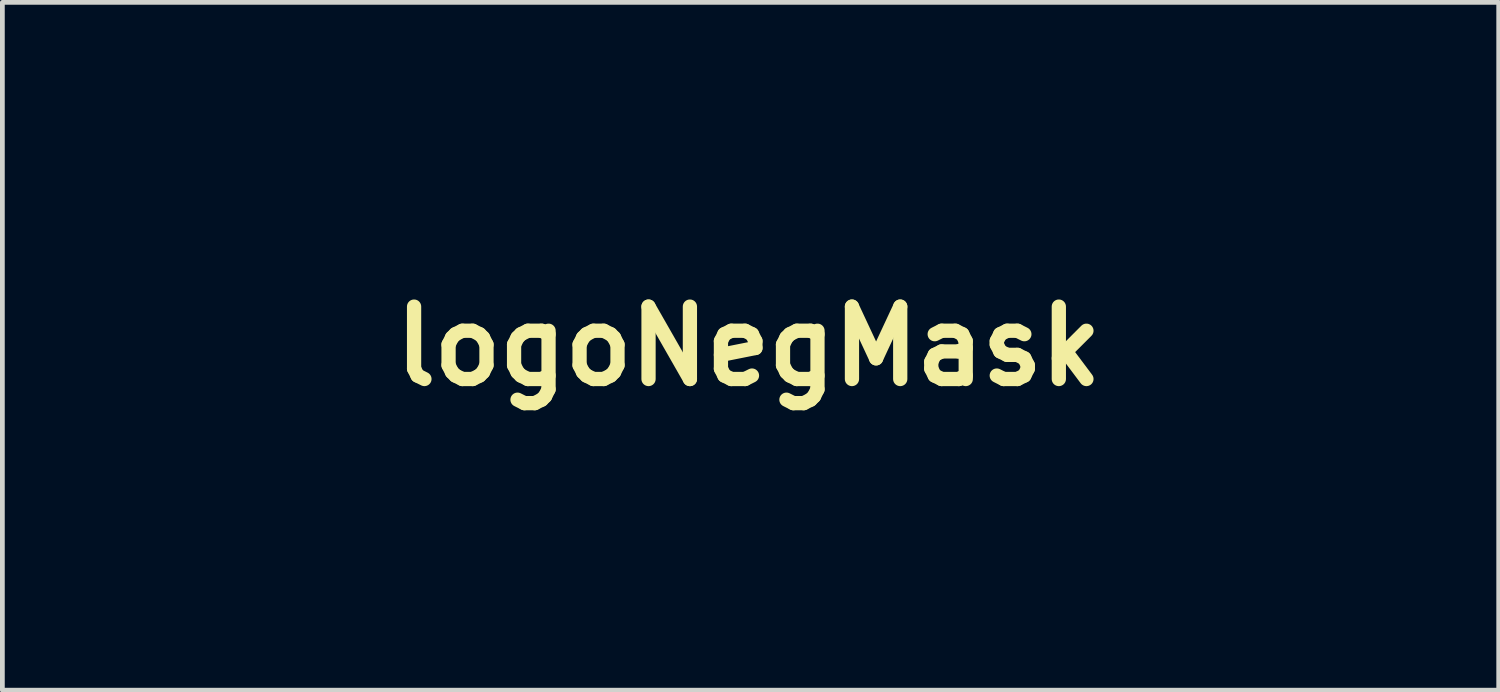
<source format=kicad_pcb>
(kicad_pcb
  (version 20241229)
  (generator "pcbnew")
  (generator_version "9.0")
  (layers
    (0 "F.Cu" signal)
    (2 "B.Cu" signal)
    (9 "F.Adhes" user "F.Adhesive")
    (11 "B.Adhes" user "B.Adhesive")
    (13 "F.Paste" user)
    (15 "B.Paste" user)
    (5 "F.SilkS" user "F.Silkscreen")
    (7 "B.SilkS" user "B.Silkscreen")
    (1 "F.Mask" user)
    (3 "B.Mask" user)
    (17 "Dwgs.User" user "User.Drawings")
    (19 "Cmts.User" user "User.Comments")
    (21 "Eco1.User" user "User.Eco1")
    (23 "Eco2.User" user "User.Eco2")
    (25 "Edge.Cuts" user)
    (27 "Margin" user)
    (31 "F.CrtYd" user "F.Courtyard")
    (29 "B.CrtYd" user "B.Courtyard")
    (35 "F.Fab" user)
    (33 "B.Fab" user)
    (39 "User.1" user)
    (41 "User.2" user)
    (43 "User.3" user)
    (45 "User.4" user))
  (footprint "logoNegMask"
    (layer "F.Cu")
    (at 12.705 4.238)
    (property "Reference" "logoNegMask" (at 0 0 0) (layer "F.SilkS") (effects (font (size 1.524 1.524) (thickness 0.3))))
    (attr through_hole)
    (fp_poly (pts (xy 11.306 -1.256) (xy 11.447 -1.199) (xy 11.502 -1.075) (xy 11.483 -0.858) (xy 11.406 -0.522) (xy 11.309 -0.143) (xy 11.172 0.353) (xy 11.032 0.784) (xy 10.898 1.125) (xy 10.781 1.352) (xy 10.689 1.439) (xy 10.685 1.439) (xy 10.621 1.366) (xy 10.516 1.171) (xy 10.391 0.89) (xy 10.345 0.774) (xy 10.117 0.147) (xy 9.976 -0.371) (xy 9.913 -0.813) (xy 9.908 -0.953) (xy 9.906 -1.27) (xy 10.71 -1.27) (xy 11.065 -1.271) (xy 11.306 -1.256)) (stroke (width 0.01) (type solid)) (fill yes) (layer "F.Mask"))
    (fp_poly (pts (xy 12.722 -4.218) (xy 12.752 -4.209) (xy 12.759 -4.12) (xy 12.764 -3.879) (xy 12.768 -3.504) (xy 12.77 -3.012) (xy 12.771 -2.422) (xy 12.77 -1.749) (xy 12.767 -1.013) (xy 12.764 -0.563) (xy 12.742 3.049) (xy 12.319 2.827) (xy 12.097 2.699) (xy 11.828 2.528) (xy 11.548 2.34) (xy 11.294 2.159) (xy 11.102 2.012) (xy 11.01 1.923) (xy 11.007 1.914) (xy 11.039 1.83) (xy 11.127 1.63) (xy 11.252 1.353) (xy 11.294 1.261) (xy 11.448 0.889) (xy 11.616 0.43) (xy 11.768 -0.036) (xy 11.819 -0.212) (xy 11.95 -0.631) (xy 12.077 -0.955) (xy 12.188 -1.156) (xy 12.22 -1.191) (xy 12.308 -1.275) (xy 12.31 -1.351) (xy 12.208 -1.458) (xy 12.043 -1.593) (xy 11.703 -1.862) (xy 11.565 -1.651) (xy 11.503 -1.566) (xy 11.43 -1.507) (xy 11.314 -1.47) (xy 11.127 -1.45) (xy 10.838 -1.441) (xy 10.417 -1.439) (xy 10.282 -1.439) (xy 9.138 -1.439) (xy 9.162 -2.307) (xy 9.186 -3.175) (xy 10.16 -3.322) (xy 10.626 -3.389) (xy 11.105 -3.454) (xy 11.53 -3.508) (xy 11.751 -3.533) (xy 12.369 -3.598) (xy 12.149 -3.895) (xy 11.93 -4.191) (xy 12.324 -4.217) (xy 12.564 -4.226) (xy 12.722 -4.218)) (stroke (width 0.01) (type solid)) (fill yes) (layer "F.Mask"))
    (fp_poly (pts (xy -5.896 -3.916) (xy -5.883 -3.75) (xy -5.872 -3.443) (xy -5.862 -3.017) (xy -5.855 -2.496) (xy -5.85 -1.904) (xy -5.846 -1.263) (xy -5.845 -0.596) (xy -5.846 0.073) (xy -5.849 0.721) (xy -5.854 1.325) (xy -5.86 1.861) (xy -5.869 2.307) (xy -5.88 2.639) (xy -5.893 2.834) (xy -5.898 2.868) (xy -5.935 2.972) (xy -6.003 3.028) (xy -6.142 3.045) (xy -6.391 3.032) (xy -6.553 3.019) (xy -7.154 2.968) (xy -6.83 3.141) (xy -6.587 3.311) (xy -6.394 3.515) (xy -6.364 3.561) (xy -6.237 3.745) (xy -6.111 3.794) (xy -5.94 3.713) (xy -5.813 3.616) (xy -5.598 3.35) (xy -5.499 3.045) (xy -5.482 2.876) (xy -5.467 2.559) (xy -5.453 2.115) (xy -5.441 1.566) (xy -5.432 0.932) (xy -5.425 0.236) (xy -5.422 -0.501) (xy -5.422 -0.562) (xy -5.422 -1.042) (xy -3.928 -1.042) (xy -3.904 -0.985) (xy -3.795 -0.922) (xy -3.585 -0.898) (xy -3.243 -0.91) (xy -3.216 -0.912) (xy -2.625 -0.954) (xy -2.625 0.816) (xy -2.626 1.427) (xy -2.633 1.891) (xy -2.646 2.232) (xy -2.666 2.472) (xy -2.696 2.635) (xy -2.738 2.743) (xy -2.761 2.782) (xy -2.84 2.916) (xy -2.829 3.023) (xy -2.716 3.166) (xy -2.661 3.224) (xy -2.508 3.379) (xy -2.415 3.465) (xy -2.405 3.471) (xy -2.35 3.409) (xy -2.226 3.247) (xy -2.095 3.069) (xy -1.903 2.823) (xy -1.737 2.625) (xy -1.41 2.625) (xy -1.386 2.689) (xy -1.299 2.851) (xy -1.256 2.926) (xy -1.125 3.103) (xy -1.012 3.186) (xy -0.984 3.185) (xy -0.871 3.138) (xy -0.637 3.043) (xy -0.315 2.912) (xy 0.042 2.769) (xy 0.478 2.594) (xy 0.92 2.417) (xy 1.309 2.261) (xy 1.524 2.175) (xy 1.804 2.057) (xy 1.931 1.987) (xy 1.903 1.963) (xy 1.718 1.985) (xy 1.374 2.054) (xy 1.126 2.109) (xy 0.804 2.175) (xy 0.549 2.216) (xy 0.403 2.225) (xy 0.385 2.219) (xy 0.369 2.123) (xy 0.355 1.888) (xy 0.345 1.545) (xy 0.339 1.126) (xy 0.339 0.917) (xy 0.339 -0.339) (xy 0.974 -0.339) (xy 1.277 -0.347) (xy 1.502 -0.369) (xy 1.606 -0.4) (xy 1.609 -0.407) (xy 1.553 -0.501) (xy 1.411 -0.663) (xy 1.321 -0.754) (xy 1.033 -1.032) (xy 0.839 -0.77) (xy 0.645 -0.508) (xy -0.372 -0.508) (xy -0.807 -0.505) (xy -1.093 -0.493) (xy -1.251 -0.471) (xy -1.302 -0.436) (xy -1.283 -0.403) (xy -1.118 -0.339) (xy -0.801 -0.321) (xy -0.632 -0.326) (xy -0.085 -0.354) (xy -0.085 1.003) (xy -0.086 1.514) (xy -0.093 1.881) (xy -0.107 2.128) (xy -0.132 2.28) (xy -0.169 2.362) (xy -0.222 2.399) (xy -0.233 2.403) (xy -0.367 2.434) (xy -0.602 2.481) (xy -0.879 2.534) (xy -1.144 2.583) (xy -1.341 2.616) (xy -1.41 2.625) (xy -1.737 2.625) (xy -1.639 2.508) (xy -1.349 2.179) (xy -1.233 2.053) (xy -0.999 1.796) (xy -0.826 1.592) (xy -0.735 1.466) (xy -0.729 1.439) (xy -0.822 1.488) (xy -1.014 1.619) (xy -1.274 1.811) (xy -1.447 1.943) (xy -1.729 2.153) (xy -1.96 2.308) (xy -2.111 2.39) (xy -2.149 2.395) (xy -2.166 2.297) (xy -2.18 2.058) (xy -2.192 1.706) (xy -2.199 1.268) (xy -2.201 0.817) (xy -2.2 0.27) (xy -2.195 -0.133) (xy -2.183 -0.419) (xy -2.161 -0.613) (xy -2.128 -0.742) (xy -2.079 -0.832) (xy -2.026 -0.896) (xy -1.85 -1.083) (xy -2.156 -1.316) (xy -2.346 -1.454) (xy -2.455 -1.496) (xy -2.532 -1.45) (xy -2.583 -1.388) (xy -2.679 -1.238) (xy -2.707 -1.164) (xy -2.786 -1.134) (xy -2.993 -1.112) (xy -3.287 -1.101) (xy -3.355 -1.101) (xy -3.68 -1.096) (xy -3.863 -1.078) (xy -3.928 -1.042) (xy -5.422 -1.042) (xy -5.421 -1.39) (xy -5.418 -2.063) (xy -5.414 -2.6) (xy -5.407 -3.015) (xy -5.396 -3.325) (xy -5.381 -3.545) (xy -5.361 -3.692) (xy -5.336 -3.781) (xy -5.304 -3.829) (xy -5.271 -3.85) (xy -5.199 -3.9) (xy -5.232 -3.943) (xy -3.028 -3.943) (xy -2.998 -3.865) (xy -2.889 -3.695) (xy -2.769 -3.53) (xy -2.595 -3.277) (xy -2.465 -3.042) (xy -2.424 -2.933) (xy -2.316 -2.568) (xy -2.213 -2.361) (xy -2.103 -2.301) (xy -1.978 -2.379) (xy -1.944 -2.418) (xy -1.847 -2.65) (xy -1.857 -2.934) (xy -1.966 -3.19) (xy -1.997 -3.227) (xy -2.14 -3.36) (xy -2.35 -3.526) (xy -2.585 -3.695) (xy -2.804 -3.839) (xy -2.966 -3.929) (xy -3.028 -3.943) (xy -5.232 -3.943) (xy -5.251 -3.968) (xy -5.419 -4.067) (xy -5.487 -4.105) (xy -5.526 -4.137) (xy -5.524 -4.163) (xy -5.465 -4.183) (xy -5.336 -4.198) (xy -5.125 -4.21) (xy -4.816 -4.218) (xy -4.397 -4.223) (xy -3.853 -4.227) (xy -3.172 -4.228) (xy -2.339 -4.23) (xy -2.053 -4.23) (xy 1.609 -4.233) (xy 1.609 -3.704) (xy 1.619 -3.326) (xy 1.644 -2.932) (xy 1.664 -2.731) (xy 1.717 -2.286) (xy 0.057 -2.286) (xy -0.527 -2.284) (xy -0.961 -2.277) (xy -1.262 -2.264) (xy -1.45 -2.244) (xy -1.544 -2.215) (xy -1.561 -2.176) (xy -1.56 -2.174) (xy -1.513 -2.134) (xy -1.391 -2.107) (xy -1.177 -2.091) (xy -0.849 -2.086) (xy -0.388 -2.09) (xy 0.088 -2.1) (xy 1.693 -2.139) (xy 1.695 -1.895) (xy 1.73 -1.056) (xy 1.818 -0.207) (xy 1.952 0.615) (xy 2.125 1.376) (xy 2.33 2.04) (xy 2.555 2.561) (xy 2.801 2.965) (xy 3.088 3.336) (xy 3.388 3.646) (xy 3.673 3.868) (xy 3.915 3.974) (xy 3.969 3.979) (xy 4.224 3.979) (xy 4.094 3.54) (xy 4.015 3.083) (xy 4.019 2.514) (xy 4.107 1.815) (xy 4.113 1.778) (xy 4.104 1.758) (xy 4.05 1.876) (xy 3.96 2.108) (xy 3.888 2.307) (xy 3.767 2.63) (xy 3.659 2.881) (xy 3.581 3.026) (xy 3.556 3.048) (xy 3.455 2.981) (xy 3.299 2.807) (xy 3.116 2.564) (xy 2.937 2.291) (xy 2.807 2.059) (xy 2.624 1.607) (xy 2.458 1.026) (xy 2.317 0.355) (xy 2.209 -0.365) (xy 2.14 -1.095) (xy 2.117 -1.757) (xy 2.117 -2.117) (xy 3.217 -2.117) (xy 3.627 -2.122) (xy 3.967 -2.135) (xy 4.207 -2.155) (xy 4.315 -2.18) (xy 4.318 -2.185) (xy 4.262 -2.28) (xy 4.121 -2.441) (xy 4.042 -2.521) (xy 3.765 -2.788) (xy 3.597 -2.537) (xy 3.503 -2.411) (xy 3.402 -2.336) (xy 3.248 -2.299) (xy 2.998 -2.287) (xy 2.773 -2.286) (xy 2.117 -2.286) (xy 2.117 -3.093) (xy 2.122 -3.487) (xy 2.142 -3.742) (xy 2.165 -3.828) (xy 2.7 -3.828) (xy 2.802 -3.667) (xy 2.832 -3.631) (xy 3.015 -3.388) (xy 3.169 -3.143) (xy 3.183 -3.117) (xy 3.316 -2.937) (xy 3.429 -2.92) (xy 3.5 -3.059) (xy 3.514 -3.222) (xy 3.491 -3.416) (xy 3.396 -3.554) (xy 3.187 -3.693) (xy 3.175 -3.7) (xy 2.89 -3.845) (xy 2.73 -3.887) (xy 2.7 -3.828) (xy 2.165 -3.828) (xy 2.18 -3.885) (xy 2.24 -3.947) (xy 2.244 -3.949) (xy 2.361 -4.04) (xy 2.319 -4.134) (xy 2.223 -4.175) (xy 2.263 -4.186) (xy 2.453 -4.196) (xy 2.771 -4.205) (xy 3.199 -4.213) (xy 3.715 -4.22) (xy 4.297 -4.224) (xy 6.519 -4.233) (xy 6.519 -2.177) (xy 5.8 -2.222) (xy 5.416 -2.239) (xy 5.186 -2.228) (xy 5.094 -2.185) (xy 5.125 -2.106) (xy 5.189 -2.047) (xy 5.374 -1.999) (xy 5.633 -2.035) (xy 5.988 -2.104) (xy 6.208 -2.109) (xy 6.32 -2.047) (xy 6.349 -1.926) (xy 6.316 -1.723) (xy 6.228 -1.4) (xy 6.096 -0.99) (xy 5.934 -0.529) (xy 5.753 -0.051) (xy 5.567 0.411) (xy 5.386 0.82) (xy 5.297 1.005) (xy 5.14 1.326) (xy 5.021 1.581) (xy 4.955 1.741) (xy 4.948 1.778) (xy 5.027 1.71) (xy 5.17 1.525) (xy 5.357 1.254) (xy 5.568 0.928) (xy 5.783 0.578) (xy 5.982 0.234) (xy 6.107 0) (xy 6.477 -0.72) (xy 6.5 1.545) (xy 6.507 2.242) (xy 6.517 2.787) (xy 6.53 3.196) (xy 6.551 3.485) (xy 6.581 3.672) (xy 6.624 3.773) (xy 6.682 3.805) (xy 6.758 3.785) (xy 6.852 3.731) (xy 6.89 3.683) (xy 6.918 3.58) (xy 6.938 3.403) (xy 6.951 3.135) (xy 6.957 2.757) (xy 6.957 2.249) (xy 6.953 1.595) (xy 6.951 1.446) (xy 6.947 0.745) (xy 6.95 0.165) (xy 6.96 -0.285) (xy 6.976 -0.592) (xy 6.999 -0.746) (xy 7.01 -0.762) (xy 7.119 -0.694) (xy 7.273 -0.52) (xy 7.443 -0.282) (xy 7.595 -0.025) (xy 7.668 0.127) (xy 7.789 0.351) (xy 7.901 0.409) (xy 8.012 0.302) (xy 8.06 0.209) (xy 8.086 -0.038) (xy 7.944 -0.292) (xy 7.632 -0.553) (xy 7.377 -0.706) (xy 6.935 -0.946) (xy 6.96 -1.51) (xy 6.985 -2.074) (xy 7.635 -2.117) (xy 8.285 -2.159) (xy 8.045 -2.426) (xy 7.806 -2.694) (xy 7.567 -2.444) (xy 7.356 -2.276) (xy 7.17 -2.218) (xy 7.156 -2.219) (xy 7.074 -2.246) (xy 7.021 -2.321) (xy 6.989 -2.477) (xy 6.97 -2.747) (xy 6.96 -2.997) (xy 6.953 -3.367) (xy 6.964 -3.611) (xy 7 -3.771) (xy 7.068 -3.887) (xy 7.115 -3.94) (xy 7.225 -4.085) (xy 7.207 -4.162) (xy 7.182 -4.175) (xy 7.233 -4.187) (xy 7.434 -4.198) (xy 7.765 -4.208) (xy 8.205 -4.216) (xy 8.735 -4.222) (xy 9.334 -4.226) (xy 9.48 -4.227) (xy 10.233 -4.228) (xy 10.825 -4.224) (xy 11.262 -4.213) (xy 11.552 -4.192) (xy 11.703 -4.158) (xy 11.723 -4.107) (xy 11.619 -4.037) (xy 11.398 -3.945) (xy 11.068 -3.827) (xy 10.768 -3.726) (xy 10.222 -3.553) (xy 9.804 -3.448) (xy 9.486 -3.407) (xy 9.242 -3.429) (xy 9.045 -3.509) (xy 8.99 -3.545) (xy 8.811 -3.664) (xy 8.696 -3.724) (xy 8.686 -3.725) (xy 8.672 -3.645) (xy 8.659 -3.419) (xy 8.648 -3.071) (xy 8.641 -2.626) (xy 8.637 -2.107) (xy 8.636 -1.826) (xy 8.629 -0.929) (xy 8.607 -0.177) (xy 8.565 0.453) (xy 8.498 0.986) (xy 8.403 1.445) (xy 8.276 1.853) (xy 8.112 2.235) (xy 7.908 2.615) (xy 7.849 2.714) (xy 7.672 3.006) (xy 7.507 3.28) (xy 7.417 3.429) (xy 7.388 3.504) (xy 7.463 3.457) (xy 7.634 3.292) (xy 7.728 3.194) (xy 8.237 2.567) (xy 8.612 1.891) (xy 8.864 1.139) (xy 9.002 0.285) (xy 9.026 -0.042) (xy 9.052 -0.524) (xy 9.079 -0.86) (xy 9.114 -1.078) (xy 9.165 -1.2) (xy 9.241 -1.253) (xy 9.348 -1.26) (xy 9.42 -1.254) (xy 9.69 -1.228) (xy 9.802 -0.384) (xy 9.876 0.064) (xy 9.976 0.53) (xy 10.085 0.935) (xy 10.125 1.055) (xy 10.235 1.368) (xy 10.328 1.634) (xy 10.384 1.799) (xy 10.386 1.806) (xy 10.355 1.963) (xy 10.196 2.178) (xy 9.934 2.432) (xy 9.59 2.704) (xy 9.19 2.976) (xy 8.754 3.227) (xy 8.669 3.271) (xy 8.347 3.438) (xy 8.093 3.576) (xy 7.937 3.669) (xy 7.904 3.699) (xy 8 3.692) (xy 8.212 3.629) (xy 8.5 3.525) (xy 8.827 3.394) (xy 9.152 3.252) (xy 9.363 3.15) (xy 9.711 2.957) (xy 10.071 2.731) (xy 10.283 2.581) (xy 10.688 2.272) (xy 10.996 2.564) (xy 11.225 2.769) (xy 11.523 3.019) (xy 11.806 3.244) (xy 12.063 3.439) (xy 12.223 3.542) (xy 12.319 3.564) (xy 12.386 3.518) (xy 12.425 3.467) (xy 12.576 3.308) (xy 12.69 3.311) (xy 12.761 3.472) (xy 12.785 3.768) (xy 12.785 4.233) (xy -12.7 4.233) (xy -12.7 3.783) (xy -11.279 3.783) (xy -11.184 3.751) (xy -11.004 3.658) (xy -10.76 3.512) (xy -10.618 3.42) (xy -10.145 3.056) (xy -9.763 2.641) (xy -9.465 2.158) (xy -9.366 1.904) (xy -9.059 1.904) (xy -9.002 1.98) (xy -8.853 2.13) (xy -8.711 2.263) (xy -8.465 2.525) (xy -8.221 2.848) (xy -8.109 3.027) (xy -7.958 3.275) (xy -7.853 3.392) (xy -7.769 3.4) (xy -7.738 3.379) (xy -7.655 3.23) (xy -7.62 3.01) (xy -7.62 3.01) (xy -7.697 2.709) (xy -7.811 2.564) (xy -7.953 2.459) (xy -8.173 2.324) (xy -8.431 2.179) (xy -8.687 2.045) (xy -8.902 1.945) (xy -9.035 1.898) (xy -9.059 1.904) (xy -9.366 1.904) (xy -9.244 1.589) (xy -9.093 0.914) (xy -9.006 0.116) (xy -8.975 -0.824) (xy -8.975 -0.932) (xy -8.971 -1.418) (xy -8.959 -1.761) (xy -8.936 -1.988) (xy -8.899 -2.127) (xy -8.845 -2.203) (xy -8.843 -2.205) (xy -8.774 -2.287) (xy -8.826 -2.354) (xy -8.98 -2.427) (xy -9.176 -2.503) (xy -9.296 -2.539) (xy -9.302 -2.54) (xy -9.319 -2.459) (xy -9.335 -2.236) (xy -9.35 -1.894) (xy -9.361 -1.461) (xy -9.368 -0.961) (xy -9.369 -0.91) (xy -9.386 -0.042) (xy -9.431 0.682) (xy -9.511 1.286) (xy -9.638 1.794) (xy -9.819 2.23) (xy -10.064 2.619) (xy -10.384 2.984) (xy -10.786 3.35) (xy -11.134 3.628) (xy -11.269 3.744) (xy -11.279 3.783) (xy -12.7 3.783) (xy -12.7 1.279) (xy -12.44 1.369) (xy -12.24 1.474) (xy -12.114 1.638) (xy -12.056 1.889) (xy -12.059 2.254) (xy -12.101 2.657) (xy -12.145 3.024) (xy -12.16 3.263) (xy -12.144 3.414) (xy -12.096 3.517) (xy -12.055 3.567) (xy -11.865 3.703) (xy -11.692 3.701) (xy -11.578 3.566) (xy -11.571 3.541) (xy -11.559 3.371) (xy -11.571 3.089) (xy -11.604 2.75) (xy -11.614 2.675) (xy -11.665 2.152) (xy -11.671 1.641) (xy -11.655 1.45) (xy -10.479 1.45) (xy -10.4 1.519) (xy -10.206 1.479) (xy -10.131 1.451) (xy -10.087 1.425) (xy -10.052 1.373) (xy -10.025 1.276) (xy -10.006 1.118) (xy -9.994 0.878) (xy -9.987 0.539) (xy -9.984 0.082) (xy -9.985 -0.512) (xy -9.987 -1.083) (xy -9.998 -3.556) (xy -8.297 -3.556) (xy -8.297 1.205) (xy -8.107 1.154) (xy -7.941 1.114) (xy -7.874 1.102) (xy -7.864 1.021) (xy -7.856 0.792) (xy -7.852 0.438) (xy -7.851 -0.019) (xy -7.853 -0.558) (xy -7.855 -0.689) (xy -7.07 -0.689) (xy -7.07 1.67) (xy -6.632 1.517) (xy -6.672 -0.471) (xy -6.684 -1.111) (xy -6.689 -1.603) (xy -6.687 -1.969) (xy -6.677 -2.23) (xy -6.658 -2.407) (xy -6.628 -2.521) (xy -6.588 -2.595) (xy -6.574 -2.611) (xy -6.498 -2.715) (xy -6.525 -2.79) (xy -6.68 -2.879) (xy -6.735 -2.906) (xy -6.929 -2.996) (xy -7.042 -3.045) (xy -7.051 -3.048) (xy -7.056 -2.967) (xy -7.06 -2.738) (xy -7.064 -2.383) (xy -7.067 -1.922) (xy -7.069 -1.379) (xy -7.07 -0.773) (xy -7.07 -0.689) (xy -7.855 -0.689) (xy -7.859 -1.15) (xy -7.867 -1.831) (xy -7.87 -2.362) (xy -7.868 -2.763) (xy -7.859 -3.054) (xy -7.844 -3.254) (xy -7.82 -3.383) (xy -7.787 -3.46) (xy -7.744 -3.505) (xy -7.743 -3.506) (xy -7.66 -3.587) (xy -7.686 -3.668) (xy -7.832 -3.795) (xy -8.029 -3.936) (xy -8.154 -3.967) (xy -8.259 -3.896) (xy -8.297 -3.852) (xy -8.441 -3.783) (xy -8.705 -3.739) (xy -9.044 -3.72) (xy -9.411 -3.725) (xy -9.759 -3.755) (xy -10.043 -3.809) (xy -10.164 -3.855) (xy -10.414 -3.984) (xy -10.414 -1.494) (xy -10.416 -0.849) (xy -10.421 -0.247) (xy -10.429 0.287) (xy -10.439 0.728) (xy -10.45 1.054) (xy -10.464 1.239) (xy -10.467 1.259) (xy -10.479 1.45) (xy -11.655 1.45) (xy -11.627 1.107) (xy -11.53 0.516) (xy -11.374 -0.166) (xy -11.182 -0.883) (xy -11.049 -1.362) (xy -10.936 -1.782) (xy -10.85 -2.118) (xy -10.797 -2.342) (xy -10.784 -2.43) (xy -10.784 -2.43) (xy -10.821 -2.366) (xy -10.901 -2.171) (xy -11.014 -1.872) (xy -11.147 -1.5) (xy -11.175 -1.42) (xy -11.427 -0.702) (xy -11.633 -0.129) (xy -11.803 0.316) (xy -11.943 0.648) (xy -12.062 0.884) (xy -12.168 1.039) (xy -12.269 1.131) (xy -12.374 1.174) (xy -12.49 1.185) (xy -12.494 1.185) (xy -12.7 1.185) (xy -12.698 -0.402) (xy -12.696 -1.99) (xy -12.531 -1.778) (xy -12.403 -1.567) (xy -12.274 -1.284) (xy -12.229 -1.164) (xy -12.141 -0.934) (xy -12.063 -0.788) (xy -12.033 -0.762) (xy -11.897 -0.835) (xy -11.796 -1.011) (xy -11.769 -1.165) (xy -11.817 -1.435) (xy -11.978 -1.664) (xy -12.277 -1.885) (xy -12.321 -1.91) (xy -12.7 -2.133) (xy -12.7 -4.11) (xy -12.174 -4.11) (xy -12.15 -4.028) (xy -12.043 -3.871) (xy -11.999 -3.817) (xy -11.837 -3.587) (xy -11.667 -3.289) (xy -11.593 -3.136) (xy -11.437 -2.849) (xy -11.3 -2.726) (xy -11.175 -2.763) (xy -11.087 -2.887) (xy -11.021 -3.123) (xy -11.092 -3.353) (xy -11.31 -3.592) (xy -11.616 -3.814) (xy -11.872 -3.972) (xy -12.07 -4.078) (xy -12.17 -4.112) (xy -12.174 -4.11) (xy -12.7 -4.11) (xy -12.7 -4.233) (xy -5.949 -4.233) (xy -5.896 -3.916)) (stroke (width 0.01) (type solid)) (fill yes) (layer "F.Mask")))
  (gr_rect
    (start -3 -3)
    (end 28.495 11.477)
    (stroke (width 0.1) (type default))
    (fill no)
    (layer "Edge.Cuts")))
</source>
